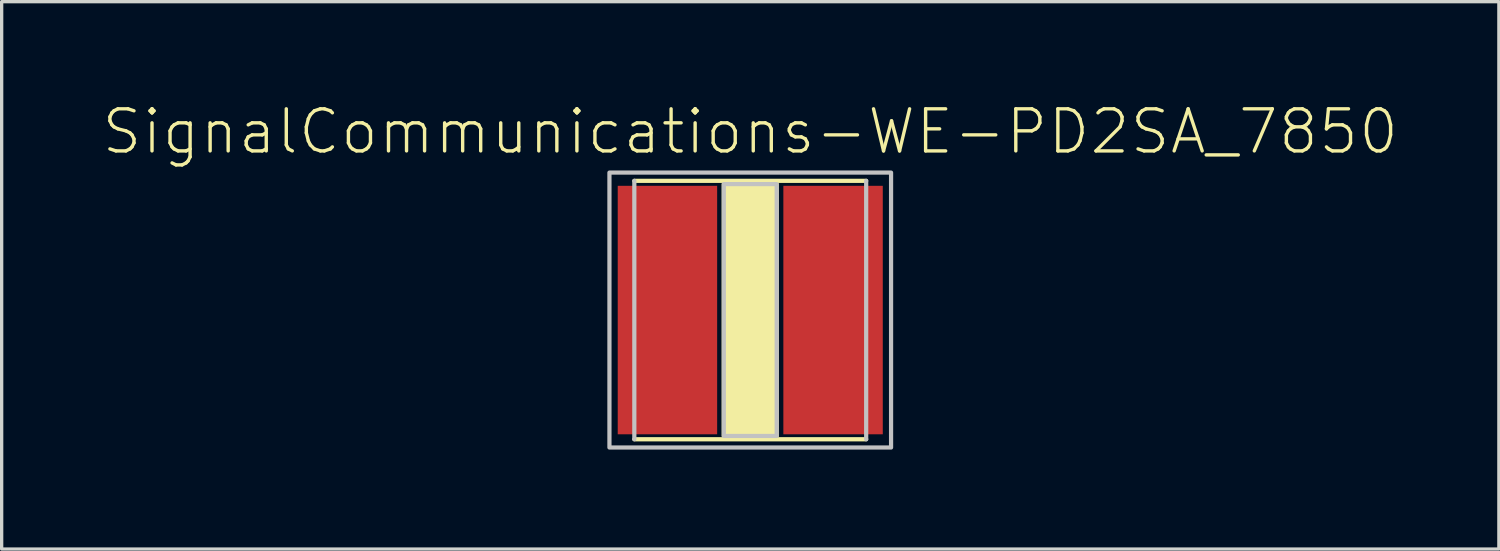
<source format=kicad_pcb>
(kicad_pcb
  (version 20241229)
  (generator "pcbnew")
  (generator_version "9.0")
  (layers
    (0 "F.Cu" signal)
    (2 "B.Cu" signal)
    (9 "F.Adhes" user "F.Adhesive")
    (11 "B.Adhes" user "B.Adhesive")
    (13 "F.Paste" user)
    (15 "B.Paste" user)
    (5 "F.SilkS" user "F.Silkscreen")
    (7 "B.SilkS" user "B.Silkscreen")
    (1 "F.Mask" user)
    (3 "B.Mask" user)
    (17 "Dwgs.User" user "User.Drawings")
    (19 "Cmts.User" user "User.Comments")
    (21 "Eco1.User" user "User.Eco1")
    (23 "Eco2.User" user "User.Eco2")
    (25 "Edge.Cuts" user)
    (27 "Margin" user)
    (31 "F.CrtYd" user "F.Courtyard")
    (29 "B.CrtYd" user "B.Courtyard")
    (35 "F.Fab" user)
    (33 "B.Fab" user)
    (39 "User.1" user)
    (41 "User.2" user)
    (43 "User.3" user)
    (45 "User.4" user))
  (footprint "SignalCommunications-WE-PD2SA_7850"
    (layer "F.Cu")
    (at 19.589 6.306)
    (property "Reference" "SignalCommunications-WE-PD2SA_7850" (at 0 -5.385 0) (layer "F.SilkS") (effects (font (size 1.27 1.27) (thickness 0.102))))
    (attr smd)
    (fp_line (start -3.498 -3.899) (end 3.498 -3.899) (stroke (width 0.127) (type solid)) (layer "F.SilkS"))
    (fp_line (start 3.498 3.899) (end -3.498 3.899) (stroke (width 0.127) (type solid)) (layer "F.SilkS"))
    (fp_poly (pts (xy -0.798 -3.8) (xy 0.798 -3.8) (xy 0.798 3.8) (xy -0.798 3.8) (xy -0.798 -3.8)) (stroke (width 0.127) (type solid)) (fill yes) (layer "F.SilkS"))
    (fp_line (start -3.498 3.899) (end -3.498 -3.899) (stroke (width 0.127) (type solid)) (layer "Dwgs.User"))
    (fp_line (start 3.498 -3.899) (end 3.498 3.899) (stroke (width 0.127) (type solid)) (layer "Dwgs.User"))
    (fp_poly (pts (xy -4.249 -4.148) (xy 4.249 -4.148) (xy 4.249 4.148) (xy -4.249 4.148) (xy -4.249 -4.148)) (stroke (width 0.127) (type solid)) (fill no) (layer "Dwgs.User"))
    (fp_poly (pts (xy -0.798 -3.8) (xy 0.798 -3.8) (xy 0.798 3.8) (xy -0.798 3.8) (xy -0.798 -3.8)) (stroke (width 0.127) (type solid)) (fill no) (layer "Dwgs.User"))
    (pad "1" smd rect (at -2.499 0 90) (size 7.498 3) (layers "F.Cu" "F.Mask" "F.Paste"))
    (pad "2" smd rect (at 2.499 0 90) (size 7.498 3) (layers "F.Cu" "F.Mask" "F.Paste")))
  (gr_rect
    (start -3 -3)
    (end 42.179 13.517)
    (stroke (width 0.1) (type default))
    (fill no)
    (layer "Edge.Cuts")))
</source>
